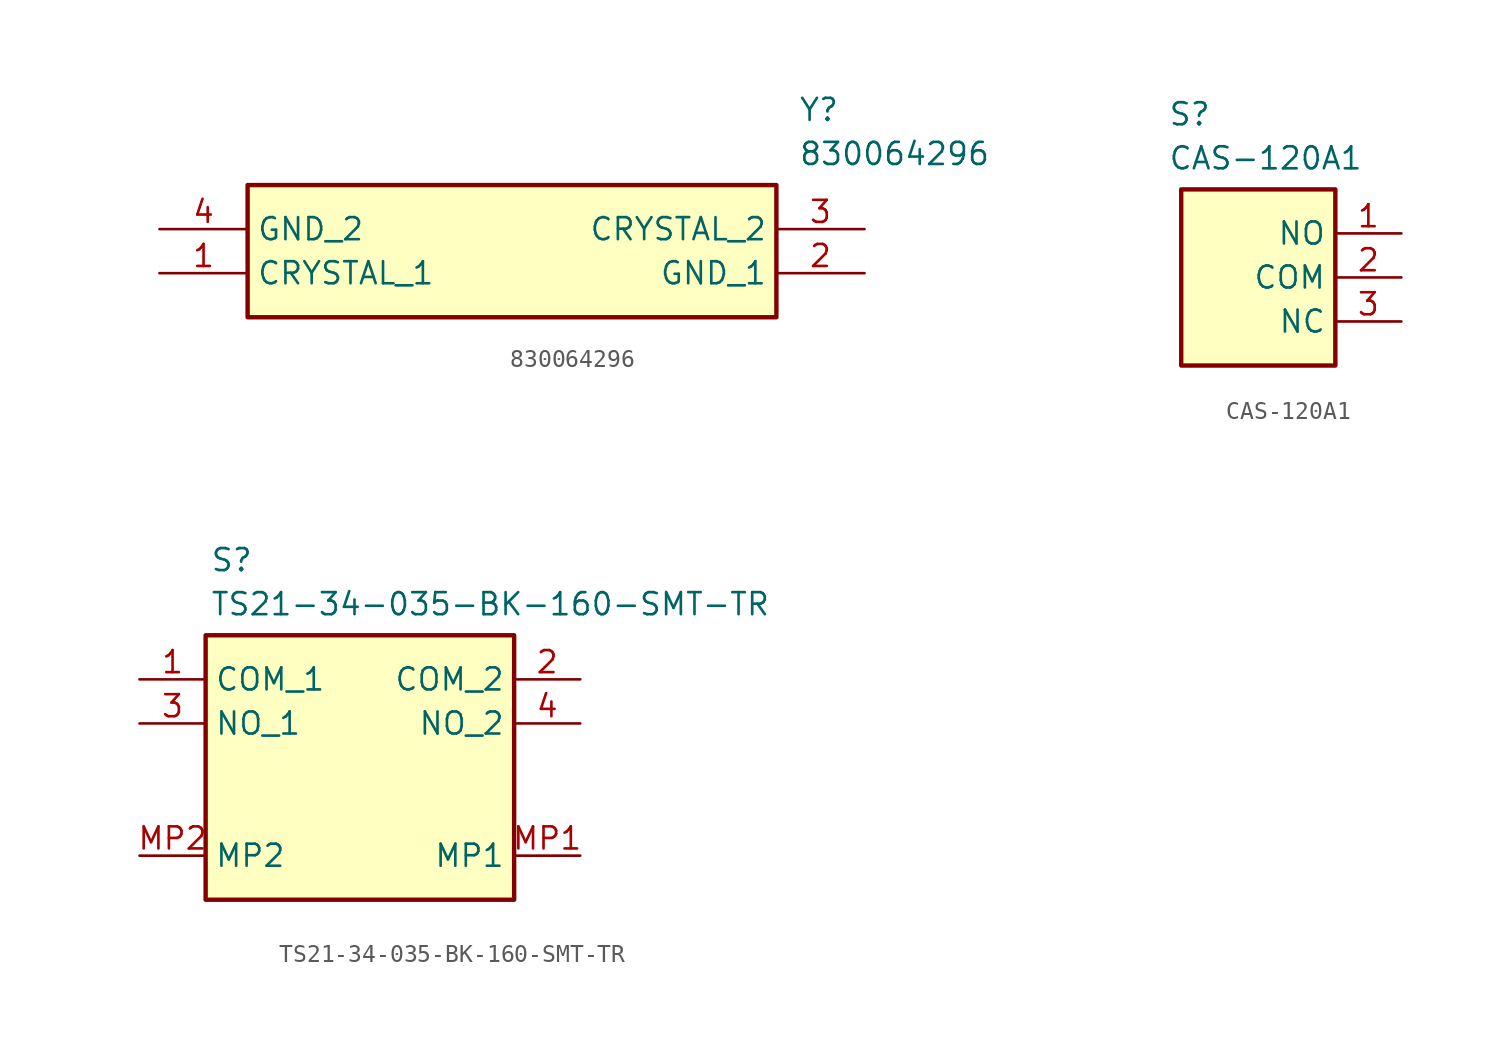
<source format=kicad_sym>
(kicad_symbol_lib
  (version 20231120)
  (generator "kicad_symbol_editor")
  (generator_version "8.0")
  (symbol "830064296"
    (property "Reference" "Y"
      (at 36.83 7.62 0)
      (effects (font (size 1.27 1.27)) (justify left top)))
    (property "Value" "830064296"
      (at 36.83 5.08 0)
      (effects (font (size 1.27 1.27)) (justify left top)))
    (symbol "830064296_1_1"
      (rectangle (start 5.08 2.54) (end 35.56 -5.08) (stroke (width 0.254) (type default)) (fill (type background)))
      (pin passive line (at 0 -2.54 0) (length 5.08) (name "CRYSTAL_1" (effects (font (size 1.27 1.27)))) (number "1" (effects (font (size 1.27 1.27)))))
      (pin passive line (at 40.64 -2.54 180) (length 5.08) (name "GND_1" (effects (font (size 1.27 1.27)))) (number "2" (effects (font (size 1.27 1.27)))))
      (pin passive line (at 40.64 0 180) (length 5.08) (name "CRYSTAL_2" (effects (font (size 1.27 1.27)))) (number "3" (effects (font (size 1.27 1.27)))))
      (pin passive line (at 0 0 0) (length 5.08) (name "GND_2" (effects (font (size 1.27 1.27)))) (number "4" (effects (font (size 1.27 1.27)))))))
  (symbol "CAS-120A1"
    (property "Reference" "S"
      (at 10.668 7.62 0)
      (effects (font (size 1.27 1.27)) (justify left top)))
    (property "Value" "CAS-120A1"
      (at 10.668 5.08 0)
      (effects (font (size 1.27 1.27)) (justify left top)))
    (symbol "CAS-120A1_1_1"
      (rectangle (start 11.43 2.54) (end 20.32 -7.62) (stroke (width 0.254) (type default)) (fill (type background)))
      (pin passive line (at 24.13 0 180) (length 3.81) (name "NO" (effects (font (size 1.27 1.27)))) (number "1" (effects (font (size 1.27 1.27)))))
      (pin passive line (at 24.13 -2.54 180) (length 3.81) (name "COM" (effects (font (size 1.27 1.27)))) (number "2" (effects (font (size 1.27 1.27)))))
      (pin passive line (at 24.13 -5.08 180) (length 3.81) (name "NC" (effects (font (size 1.27 1.27)))) (number "3" (effects (font (size 1.27 1.27)))))))
  (symbol "TS21-34-035-BK-160-SMT-TR"
    (property "Reference" "S"
      (at 5.334 7.62 0)
      (effects (font (size 1.27 1.27)) (justify left top)))
    (property "Value" "TS21-34-035-BK-160-SMT-TR"
      (at 5.334 5.08 0)
      (effects (font (size 1.27 1.27)) (justify left top)))
    (symbol "TS21-34-035-BK-160-SMT-TR_1_1"
      (rectangle (start 5.08 2.54) (end 22.86 -12.7) (stroke (width 0.254) (type default)) (fill (type background)))
      (pin passive line (at 1.27 0 0) (length 3.81) (name "COM_1" (effects (font (size 1.27 1.27)))) (number "1" (effects (font (size 1.27 1.27)))))
      (pin passive line (at 26.67 0 180) (length 3.81) (name "COM_2" (effects (font (size 1.27 1.27)))) (number "2" (effects (font (size 1.27 1.27)))))
      (pin passive line (at 1.27 -2.54 0) (length 3.81) (name "NO_1" (effects (font (size 1.27 1.27)))) (number "3" (effects (font (size 1.27 1.27)))))
      (pin passive line (at 26.67 -2.54 180) (length 3.81) (name "NO_2" (effects (font (size 1.27 1.27)))) (number "4" (effects (font (size 1.27 1.27)))))
      (pin passive line (at 26.67 -10.16 180) (length 3.81) (name "MP1" (effects (font (size 1.27 1.27)))) (number "MP1" (effects (font (size 1.27 1.27)))))
      (pin passive line (at 1.27 -10.16 0) (length 3.81) (name "MP2" (effects (font (size 1.27 1.27)))) (number "MP2" (effects (font (size 1.27 1.27))))))))
</source>
